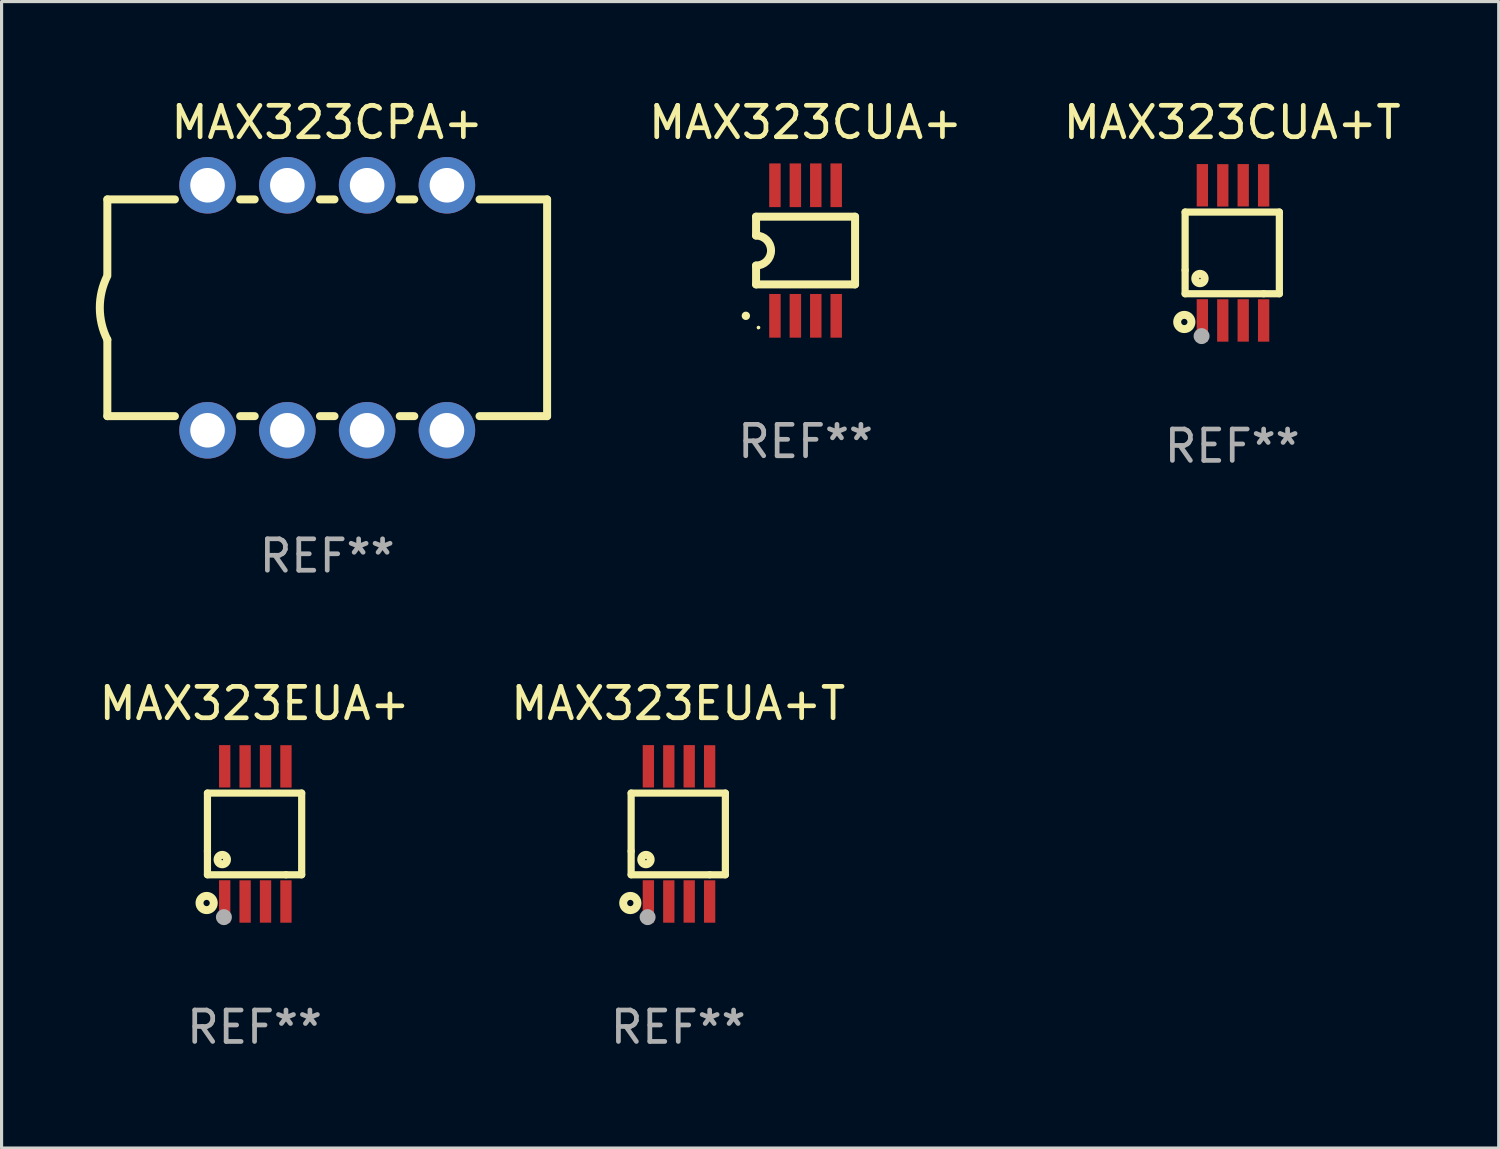
<source format=kicad_pcb>
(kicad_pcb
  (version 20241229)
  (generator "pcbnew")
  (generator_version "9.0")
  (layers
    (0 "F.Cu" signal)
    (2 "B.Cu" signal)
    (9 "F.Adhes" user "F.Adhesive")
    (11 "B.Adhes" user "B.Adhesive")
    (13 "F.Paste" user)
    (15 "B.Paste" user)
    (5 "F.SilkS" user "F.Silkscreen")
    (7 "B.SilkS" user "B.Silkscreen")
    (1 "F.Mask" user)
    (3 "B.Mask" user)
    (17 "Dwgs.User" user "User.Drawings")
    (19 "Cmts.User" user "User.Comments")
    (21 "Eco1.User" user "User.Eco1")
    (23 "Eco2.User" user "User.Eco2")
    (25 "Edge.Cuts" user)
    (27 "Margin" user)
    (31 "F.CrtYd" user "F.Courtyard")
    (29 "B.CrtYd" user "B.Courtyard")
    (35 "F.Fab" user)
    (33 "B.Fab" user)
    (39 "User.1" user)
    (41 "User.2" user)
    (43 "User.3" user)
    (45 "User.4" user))
  (footprint "MAX323CUA+"
    (layer "F.Cu")
    (at 22.595 4.926)
    (property "Reference" "MAX323CUA+" (at 0 -4.078 0) (layer "F.SilkS") (effects (font (size 1 1) (thickness 0.15))))
    (attr through_hole)
    (fp_line (start -1.576 -1.078) (end -1.576 -0.478) (stroke (width 0.254) (type solid)) (layer "F.SilkS"))
    (fp_line (start -1.576 -1.078) (end 1.576 -1.078) (stroke (width 0.254) (type solid)) (layer "F.SilkS"))
    (fp_line (start -1.576 1.078) (end -1.576 0.478) (stroke (width 0.254) (type solid)) (layer "F.SilkS"))
    (fp_line (start 1.576 -1.078) (end 1.576 1.078) (stroke (width 0.254) (type solid)) (layer "F.SilkS"))
    (fp_line (start 1.576 1.078) (end -1.576 1.078) (stroke (width 0.254) (type solid)) (layer "F.SilkS"))
    (fp_arc (start -1.577343 -0.47752) (mid -1.099721 -0.000481) (end -1.5762 0.477699) (stroke (width 0.254001) (type solid)) (layer "F.SilkS"))
    (fp_circle (center -1.901 2.078) (end -1.834 2.078) (stroke (width 0.134) (type solid)) (fill no) (layer "F.SilkS"))
    (fp_circle (center -1.5 2.452) (end -1.47 2.452) (stroke (width 0.06) (type solid)) (fill no) (layer "F.SilkS"))
    (fp_text user "REF**" (at 0 6.078 0) (layer "F.Fab") (effects (font (size 1 1) (thickness 0.15))))
    (pad "1" smd rect (at -0.975 2.078) (size 0.364 1.391) (layers "F.Cu" "F.Mask" "F.Paste"))
    (pad "2" smd rect (at -0.325 2.078) (size 0.364 1.391) (layers "F.Cu" "F.Mask" "F.Paste"))
    (pad "3" smd rect (at 0.325 2.078) (size 0.364 1.391) (layers "F.Cu" "F.Mask" "F.Paste"))
    (pad "4" smd rect (at 0.975 2.078) (size 0.364 1.391) (layers "F.Cu" "F.Mask" "F.Paste"))
    (pad "5" smd rect (at 0.975 -2.078) (size 0.364 1.391) (layers "F.Cu" "F.Mask" "F.Paste"))
    (pad "6" smd rect (at 0.325 -2.078) (size 0.364 1.391) (layers "F.Cu" "F.Mask" "F.Paste"))
    (pad "7" smd rect (at -0.325 -2.078) (size 0.364 1.391) (layers "F.Cu" "F.Mask" "F.Paste"))
    (pad "8" smd rect (at -0.975 -2.078) (size 0.364 1.391) (layers "F.Cu" "F.Mask" "F.Paste")))
  (footprint "MAX323EUA+"
    (layer "F.Cu")
    (at 5.054 23.497)
    (property "Reference" "MAX323EUA+" (at 0 -4.152 0) (layer "F.SilkS") (effects (font (size 1 1) (thickness 0.15))))
    (attr through_hole)
    (fp_line (start -1.5 1.301) (end 1 1.301) (stroke (width 0.229) (type solid)) (layer "F.SilkS"))
    (fp_line (start -1.5 -1.299) (end -1.5 0.551) (stroke (width 0.229) (type solid)) (layer "F.SilkS"))
    (fp_line (start -1.5 0.551) (end -1.5 1.301) (stroke (width 0.229) (type solid)) (layer "F.SilkS"))
    (fp_line (start 1 1.301) (end 1.5 1.301) (stroke (width 0.229) (type solid)) (layer "F.SilkS"))
    (fp_line (start 1.5 1.301) (end 1.5 -1.299) (stroke (width 0.229) (type solid)) (layer "F.SilkS"))
    (fp_line (start 1.5 -1.299) (end -1.5 -1.299) (stroke (width 0.229) (type solid)) (layer "F.SilkS"))
    (fp_circle (center -1.526 2.2) (end -1.426 2.2) (stroke (width 0.254) (type solid)) (fill no) (layer "F.SilkS"))
    (fp_circle (center -1.476 2.45) (end -1.446 2.45) (stroke (width 0.06) (type solid)) (fill no) (layer "F.SilkS"))
    (fp_circle (center -1.028 0.817) (end -0.878 0.817) (stroke (width 0.254) (type solid)) (fill no) (layer "F.SilkS"))
    (fp_circle (center -0.976 2.65) (end -0.849 2.65) (stroke (width 0.254) (type solid)) (fill no) (layer "F.Fab"))
    (fp_text user "REF**" (at 0 6.152 0) (layer "F.Fab") (effects (font (size 1 1) (thickness 0.15))))
    (pad "1" smd rect (at -0.951 2.15) (size 0.36 1.35) (layers "F.Cu" "F.Mask" "F.Paste"))
    (pad "2" smd rect (at -0.301 2.152) (size 0.36 1.35) (layers "F.Cu" "F.Mask" "F.Paste"))
    (pad "3" smd rect (at 0.349 2.151) (size 0.36 1.35) (layers "F.Cu" "F.Mask" "F.Paste"))
    (pad "4" smd rect (at 0.999 2.152) (size 0.36 1.35) (layers "F.Cu" "F.Mask" "F.Paste"))
    (pad "5" smd rect (at 0.999 -2.149) (size 0.36 1.35) (layers "F.Cu" "F.Mask" "F.Paste"))
    (pad "6" smd rect (at 0.349 -2.152) (size 0.36 1.35) (layers "F.Cu" "F.Mask" "F.Paste"))
    (pad "7" smd rect (at -0.301 -2.149) (size 0.36 1.35) (layers "F.Cu" "F.Mask" "F.Paste"))
    (pad "8" smd rect (at -0.951 -2.152) (size 0.36 1.35) (layers "F.Cu" "F.Mask" "F.Paste")))
  (footprint "MAX323EUA+T"
    (layer "F.Cu")
    (at 18.542 23.497)
    (property "Reference" "MAX323EUA+T" (at 0 -4.152 0) (layer "F.SilkS") (effects (font (size 1 1) (thickness 0.15))))
    (attr through_hole)
    (fp_line (start -1.5 1.301) (end 1 1.301) (stroke (width 0.229) (type solid)) (layer "F.SilkS"))
    (fp_line (start -1.5 -1.299) (end -1.5 0.551) (stroke (width 0.229) (type solid)) (layer "F.SilkS"))
    (fp_line (start -1.5 0.551) (end -1.5 1.301) (stroke (width 0.229) (type solid)) (layer "F.SilkS"))
    (fp_line (start 1 1.301) (end 1.5 1.301) (stroke (width 0.229) (type solid)) (layer "F.SilkS"))
    (fp_line (start 1.5 1.301) (end 1.5 -1.299) (stroke (width 0.229) (type solid)) (layer "F.SilkS"))
    (fp_line (start 1.5 -1.299) (end -1.5 -1.299) (stroke (width 0.229) (type solid)) (layer "F.SilkS"))
    (fp_circle (center -1.526 2.2) (end -1.426 2.2) (stroke (width 0.254) (type solid)) (fill no) (layer "F.SilkS"))
    (fp_circle (center -1.476 2.45) (end -1.446 2.45) (stroke (width 0.06) (type solid)) (fill no) (layer "F.SilkS"))
    (fp_circle (center -1.028 0.817) (end -0.878 0.817) (stroke (width 0.254) (type solid)) (fill no) (layer "F.SilkS"))
    (fp_circle (center -0.976 2.65) (end -0.849 2.65) (stroke (width 0.254) (type solid)) (fill no) (layer "F.Fab"))
    (fp_text user "REF**" (at 0 6.152 0) (layer "F.Fab") (effects (font (size 1 1) (thickness 0.15))))
    (pad "1" smd rect (at -0.951 2.15) (size 0.36 1.35) (layers "F.Cu" "F.Mask" "F.Paste"))
    (pad "2" smd rect (at -0.301 2.152) (size 0.36 1.35) (layers "F.Cu" "F.Mask" "F.Paste"))
    (pad "3" smd rect (at 0.349 2.151) (size 0.36 1.35) (layers "F.Cu" "F.Mask" "F.Paste"))
    (pad "4" smd rect (at 0.999 2.152) (size 0.36 1.35) (layers "F.Cu" "F.Mask" "F.Paste"))
    (pad "5" smd rect (at 0.999 -2.149) (size 0.36 1.35) (layers "F.Cu" "F.Mask" "F.Paste"))
    (pad "6" smd rect (at 0.349 -2.152) (size 0.36 1.35) (layers "F.Cu" "F.Mask" "F.Paste"))
    (pad "7" smd rect (at -0.301 -2.149) (size 0.36 1.35) (layers "F.Cu" "F.Mask" "F.Paste"))
    (pad "8" smd rect (at -0.951 -2.152) (size 0.36 1.35) (layers "F.Cu" "F.Mask" "F.Paste")))
  (footprint "MAX323CPA+"
    (layer "F.Cu")
    (at 7.367 6.748)
    (property "Reference" "MAX323CPA+" (at 0 -5.9 0) (layer "F.SilkS") (effects (font (size 1 1) (thickness 0.15))))
    (attr through_hole)
    (fp_line (start -7 -3.45) (end -7 -1.08) (stroke (width 0.254) (type solid)) (layer "F.SilkS"))
    (fp_line (start -7 1.015) (end -7 3.45) (stroke (width 0.254) (type solid)) (layer "F.SilkS"))
    (fp_line (start -4.848 -3.45) (end -7 -3.45) (stroke (width 0.254) (type solid)) (layer "F.SilkS"))
    (fp_line (start -4.848 3.45) (end -7 3.45) (stroke (width 0.254) (type solid)) (layer "F.SilkS"))
    (fp_line (start -2.308 -3.45) (end -2.772 -3.45) (stroke (width 0.254) (type solid)) (layer "F.SilkS"))
    (fp_line (start -2.308 3.45) (end -2.772 3.45) (stroke (width 0.254) (type solid)) (layer "F.SilkS"))
    (fp_line (start 0.232 -3.45) (end -0.232 -3.45) (stroke (width 0.254) (type solid)) (layer "F.SilkS"))
    (fp_line (start 0.232 3.45) (end -0.232 3.45) (stroke (width 0.254) (type solid)) (layer "F.SilkS"))
    (fp_line (start 2.772 -3.45) (end 2.308 -3.45) (stroke (width 0.254) (type solid)) (layer "F.SilkS"))
    (fp_line (start 2.772 3.45) (end 2.308 3.45) (stroke (width 0.254) (type solid)) (layer "F.SilkS"))
    (fp_line (start 7 -3.45) (end 4.848 -3.45) (stroke (width 0.254) (type solid)) (layer "F.SilkS"))
    (fp_line (start 7 -3.45) (end 7 3.45) (stroke (width 0.254) (type solid)) (layer "F.SilkS"))
    (fp_line (start 7 3.45) (end 4.848 3.45) (stroke (width 0.254) (type solid)) (layer "F.SilkS"))
    (fp_arc (start -7 1.015265) (mid -7.239846 -0.000737) (end -7 -1.016739) (stroke (width 0.254001) (type solid)) (layer "F.SilkS"))
    (fp_text user "REF**" (at 0 7.9 0) (layer "F.Fab") (effects (font (size 1 1) (thickness 0.15))))
    (pad "1" thru_hole circle (at -3.81 3.9) (size 1.8 1.8) (drill 1.1) (layers "*.Cu" "*.Mask"))
    (pad "2" thru_hole circle (at -1.27 3.9) (size 1.8 1.8) (drill 1.1) (layers "*.Cu" "*.Mask"))
    (pad "3" thru_hole circle (at 1.27 3.9) (size 1.8 1.8) (drill 1.1) (layers "*.Cu" "*.Mask"))
    (pad "4" thru_hole circle (at 3.81 3.9) (size 1.8 1.8) (drill 1.1) (layers "*.Cu" "*.Mask"))
    (pad "5" thru_hole circle (at 3.81 -3.9) (size 1.8 1.8) (drill 1.1) (layers "*.Cu" "*.Mask"))
    (pad "6" thru_hole circle (at 1.27 -3.9) (size 1.8 1.8) (drill 1.1) (layers "*.Cu" "*.Mask"))
    (pad "7" thru_hole circle (at -1.27 -3.9) (size 1.8 1.8) (drill 1.1) (layers "*.Cu" "*.Mask"))
    (pad "8" thru_hole circle (at -3.81 -3.9) (size 1.8 1.8) (drill 1.1) (layers "*.Cu" "*.Mask")))
  (footprint "MAX323CUA+T"
    (layer "F.Cu")
    (at 36.178 5)
    (property "Reference" "MAX323CUA+T" (at 0 -4.152 0) (layer "F.SilkS") (effects (font (size 1 1) (thickness 0.15))))
    (attr through_hole)
    (fp_line (start -1.5 1.301) (end 1 1.301) (stroke (width 0.229) (type solid)) (layer "F.SilkS"))
    (fp_line (start -1.5 -1.299) (end -1.5 0.551) (stroke (width 0.229) (type solid)) (layer "F.SilkS"))
    (fp_line (start -1.5 0.551) (end -1.5 1.301) (stroke (width 0.229) (type solid)) (layer "F.SilkS"))
    (fp_line (start 1 1.301) (end 1.5 1.301) (stroke (width 0.229) (type solid)) (layer "F.SilkS"))
    (fp_line (start 1.5 1.301) (end 1.5 -1.299) (stroke (width 0.229) (type solid)) (layer "F.SilkS"))
    (fp_line (start 1.5 -1.299) (end -1.5 -1.299) (stroke (width 0.229) (type solid)) (layer "F.SilkS"))
    (fp_circle (center -1.526 2.2) (end -1.426 2.2) (stroke (width 0.254) (type solid)) (fill no) (layer "F.SilkS"))
    (fp_circle (center -1.476 2.45) (end -1.446 2.45) (stroke (width 0.06) (type solid)) (fill no) (layer "F.SilkS"))
    (fp_circle (center -1.028 0.817) (end -0.878 0.817) (stroke (width 0.254) (type solid)) (fill no) (layer "F.SilkS"))
    (fp_circle (center -0.976 2.65) (end -0.849 2.65) (stroke (width 0.254) (type solid)) (fill no) (layer "F.Fab"))
    (fp_text user "REF**" (at 0 6.152 0) (layer "F.Fab") (effects (font (size 1 1) (thickness 0.15))))
    (pad "1" smd rect (at -0.951 2.15) (size 0.36 1.35) (layers "F.Cu" "F.Mask" "F.Paste"))
    (pad "2" smd rect (at -0.301 2.152) (size 0.36 1.35) (layers "F.Cu" "F.Mask" "F.Paste"))
    (pad "3" smd rect (at 0.349 2.151) (size 0.36 1.35) (layers "F.Cu" "F.Mask" "F.Paste"))
    (pad "4" smd rect (at 0.999 2.152) (size 0.36 1.35) (layers "F.Cu" "F.Mask" "F.Paste"))
    (pad "5" smd rect (at 0.999 -2.149) (size 0.36 1.35) (layers "F.Cu" "F.Mask" "F.Paste"))
    (pad "6" smd rect (at 0.349 -2.152) (size 0.36 1.35) (layers "F.Cu" "F.Mask" "F.Paste"))
    (pad "7" smd rect (at -0.301 -2.149) (size 0.36 1.35) (layers "F.Cu" "F.Mask" "F.Paste"))
    (pad "8" smd rect (at -0.951 -2.152) (size 0.36 1.35) (layers "F.Cu" "F.Mask" "F.Paste")))
  (gr_rect
    (start -3 -3)
    (end 44.661 33.497)
    (stroke (width 0.1) (type default))
    (fill no)
    (layer "Edge.Cuts")))
</source>
